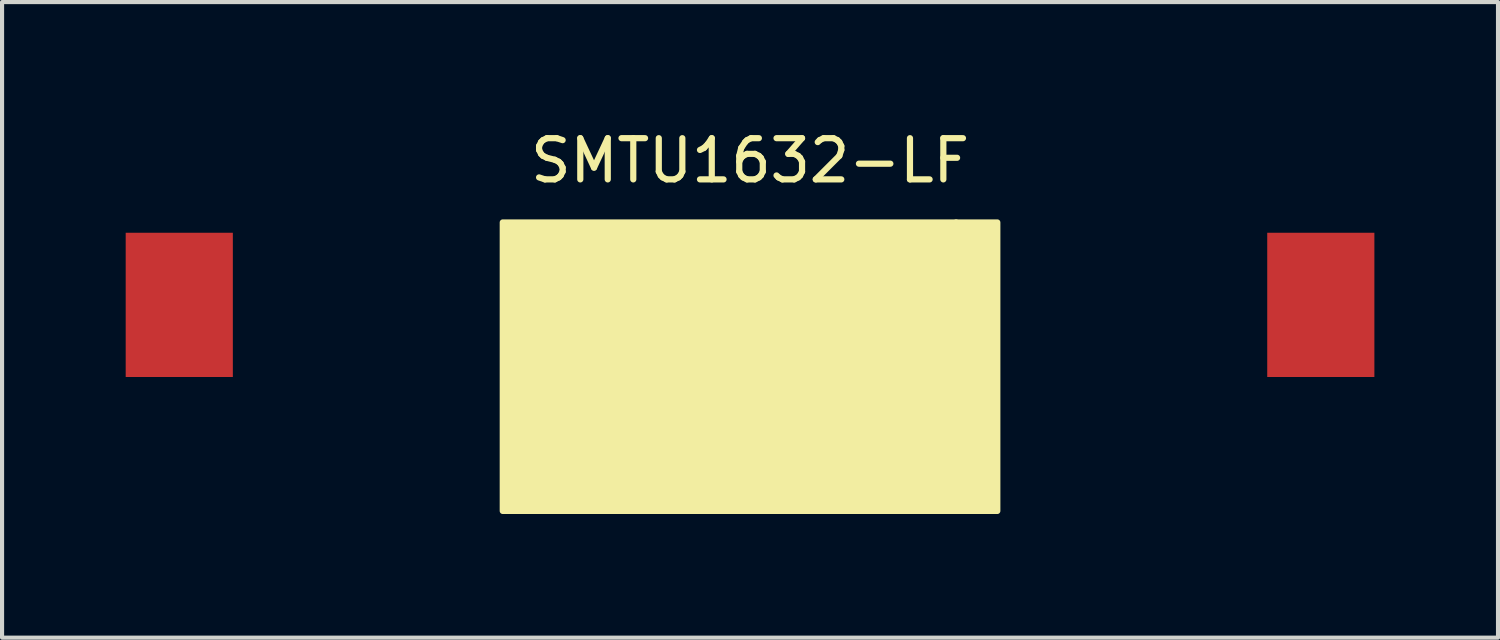
<source format=kicad_pcb>
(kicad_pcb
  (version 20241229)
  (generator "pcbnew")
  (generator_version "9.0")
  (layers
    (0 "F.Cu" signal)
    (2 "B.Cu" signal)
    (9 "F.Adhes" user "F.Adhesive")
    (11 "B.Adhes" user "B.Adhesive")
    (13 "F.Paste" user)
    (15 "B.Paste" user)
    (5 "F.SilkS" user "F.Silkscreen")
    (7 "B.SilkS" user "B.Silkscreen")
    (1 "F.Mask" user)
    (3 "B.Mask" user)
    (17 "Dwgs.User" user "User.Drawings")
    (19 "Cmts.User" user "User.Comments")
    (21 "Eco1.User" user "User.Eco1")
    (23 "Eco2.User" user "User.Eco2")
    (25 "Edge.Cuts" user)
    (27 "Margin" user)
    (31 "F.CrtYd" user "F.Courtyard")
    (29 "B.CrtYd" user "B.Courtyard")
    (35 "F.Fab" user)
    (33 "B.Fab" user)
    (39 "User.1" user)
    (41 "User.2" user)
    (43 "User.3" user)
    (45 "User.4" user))
  (footprint "SMTU1632-LF"
    (layer "F.Cu")
    (at 15.15 0.348)
    (property "Reference" "SMTU1632-LF" (at 0 0.5 0) (layer "F.SilkS") (effects (font (size 1 1) (thickness 0.15))))
    (attr through_hole)
    (fp_poly (pts (xy 5 2) (xy 6 2) (xy 6 9) (xy 5 9)) (stroke (width 0.15) (type solid)) (fill yes) (layer "F.SilkS"))
    (fp_poly (pts (xy 0 2) (xy 5 2) (xy 5 9) (xy -6 9) (xy -6 2)) (stroke (width 0.15) (type solid)) (fill yes) (layer "F.SilkS"))
    (pad "1" smd trapezoid (at 13.85 4) (size 2.6 3.5) (layers "F.Cu" "F.Mask" "F.Paste"))
    (pad "2" smd trapezoid (at -13.85 4) (size 2.6 3.5) (layers "F.Cu" "F.Mask" "F.Paste")))
  (gr_rect
    (start -3 -3)
    (end 33.3 12.423)
    (stroke (width 0.1) (type default))
    (fill no)
    (layer "Edge.Cuts")))
</source>
